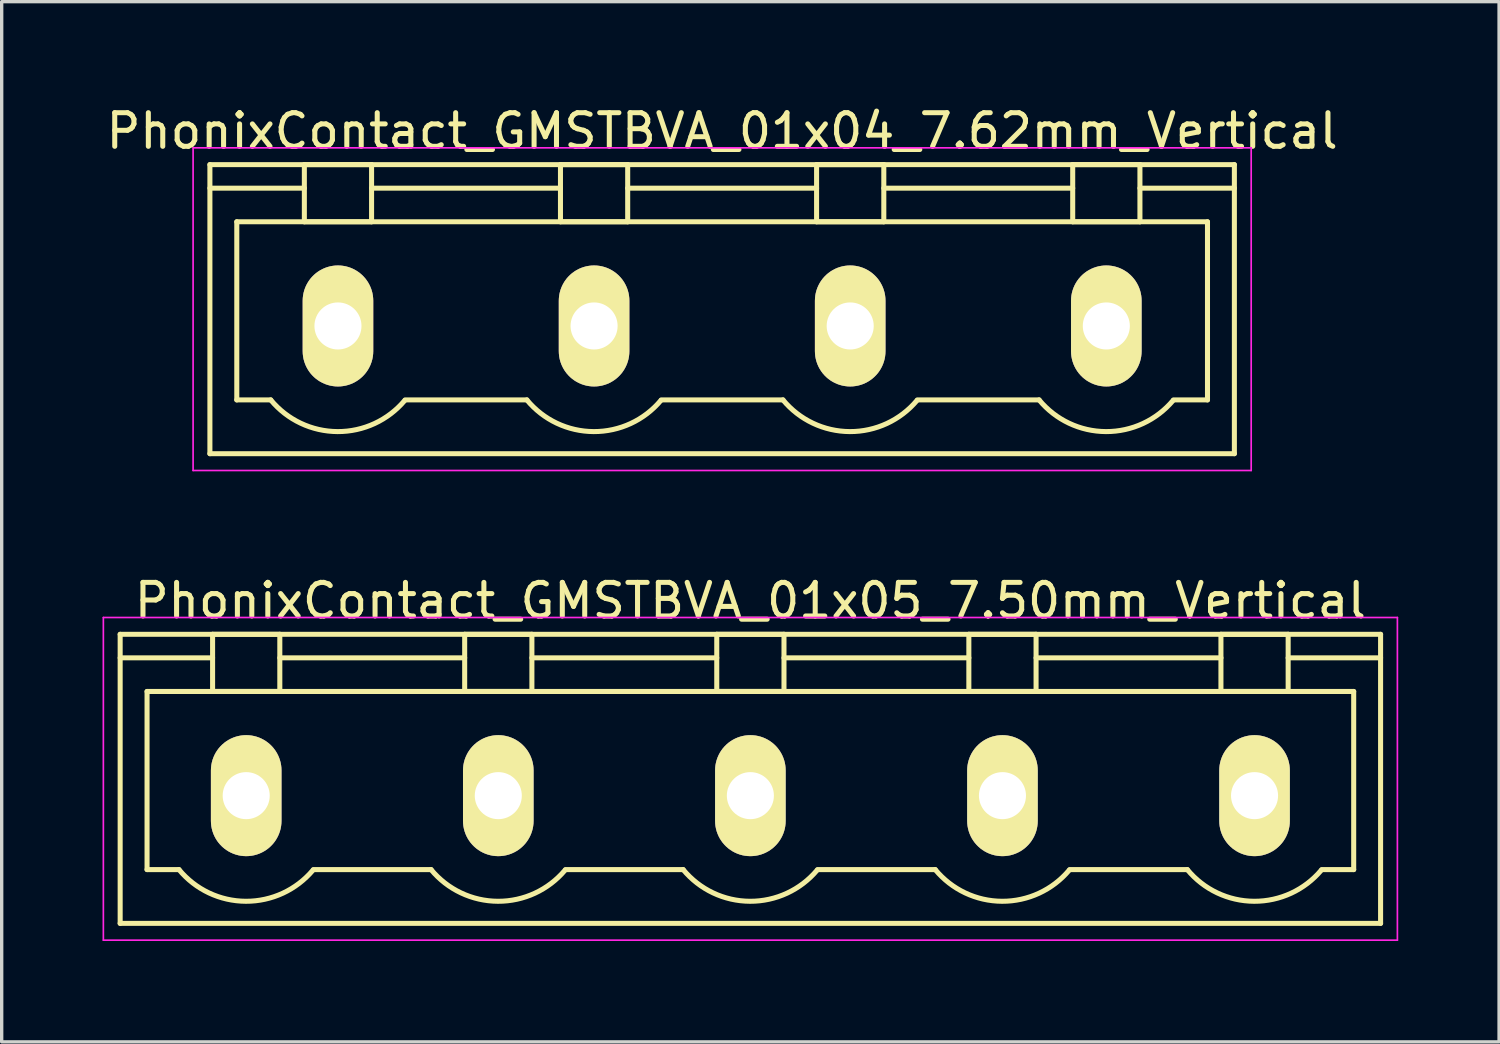
<source format=kicad_pcb>
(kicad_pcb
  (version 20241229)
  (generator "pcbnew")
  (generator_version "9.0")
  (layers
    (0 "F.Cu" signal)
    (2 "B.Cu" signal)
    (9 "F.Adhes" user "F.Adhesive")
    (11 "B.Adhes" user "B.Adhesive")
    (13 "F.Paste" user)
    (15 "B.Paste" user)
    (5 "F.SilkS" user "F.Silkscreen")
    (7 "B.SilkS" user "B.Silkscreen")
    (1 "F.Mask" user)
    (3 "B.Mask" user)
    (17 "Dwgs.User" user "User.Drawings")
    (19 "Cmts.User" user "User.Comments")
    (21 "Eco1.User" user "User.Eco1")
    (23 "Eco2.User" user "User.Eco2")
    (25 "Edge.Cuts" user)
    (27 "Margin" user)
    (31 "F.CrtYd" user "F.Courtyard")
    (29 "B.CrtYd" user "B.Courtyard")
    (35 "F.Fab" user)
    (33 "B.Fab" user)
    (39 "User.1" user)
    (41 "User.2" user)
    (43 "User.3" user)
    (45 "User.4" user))
  (footprint "PhonixContact_GMSTBVA_01x05_7.50mm_Vertical"
    (layer "F.Cu")
    (at 4.275 20.622)
    (property "Reference" "PhonixContact_GMSTBVA_01x05_7.50mm_Vertical" (at 15 -5.8 0) (layer "F.SilkS") (effects (font (size 1 1) (thickness 0.15))))
    (attr through_hole)
    (fp_line (start -3.75 -4.8) (end -3.75 3.8) (stroke (width 0.15) (type solid)) (layer "F.SilkS"))
    (fp_line (start -3.75 -4.1) (end -1 -4.1) (stroke (width 0.15) (type solid)) (layer "F.SilkS"))
    (fp_line (start -3.75 3.8) (end 33.75 3.8) (stroke (width 0.15) (type solid)) (layer "F.SilkS"))
    (fp_line (start -2.95 -3.1) (end 32.95 -3.1) (stroke (width 0.15) (type solid)) (layer "F.SilkS"))
    (fp_line (start -2.95 2.2) (end -2.95 -3.1) (stroke (width 0.15) (type solid)) (layer "F.SilkS"))
    (fp_line (start -2 2.2) (end -2.95 2.2) (stroke (width 0.15) (type solid)) (layer "F.SilkS"))
    (fp_line (start -1 -4.8) (end 1 -4.8) (stroke (width 0.15) (type solid)) (layer "F.SilkS"))
    (fp_line (start -1 -3.1) (end -1 -4.8) (stroke (width 0.15) (type solid)) (layer "F.SilkS"))
    (fp_line (start 1 -4.8) (end 1 -3.1) (stroke (width 0.15) (type solid)) (layer "F.SilkS"))
    (fp_line (start 1 -4.1) (end 6.5 -4.1) (stroke (width 0.15) (type solid)) (layer "F.SilkS"))
    (fp_line (start 1 -3.1) (end -1 -3.1) (stroke (width 0.15) (type solid)) (layer "F.SilkS"))
    (fp_line (start 2 2.2) (end 5.5 2.2) (stroke (width 0.15) (type solid)) (layer "F.SilkS"))
    (fp_line (start 6.5 -4.8) (end 8.5 -4.8) (stroke (width 0.15) (type solid)) (layer "F.SilkS"))
    (fp_line (start 6.5 -3.1) (end 6.5 -4.8) (stroke (width 0.15) (type solid)) (layer "F.SilkS"))
    (fp_line (start 8.5 -4.8) (end 8.5 -3.1) (stroke (width 0.15) (type solid)) (layer "F.SilkS"))
    (fp_line (start 8.5 -4.1) (end 14 -4.1) (stroke (width 0.15) (type solid)) (layer "F.SilkS"))
    (fp_line (start 8.5 -3.1) (end 6.5 -3.1) (stroke (width 0.15) (type solid)) (layer "F.SilkS"))
    (fp_line (start 9.5 2.2) (end 13 2.2) (stroke (width 0.15) (type solid)) (layer "F.SilkS"))
    (fp_line (start 14 -4.8) (end 16 -4.8) (stroke (width 0.15) (type solid)) (layer "F.SilkS"))
    (fp_line (start 14 -3.1) (end 14 -4.8) (stroke (width 0.15) (type solid)) (layer "F.SilkS"))
    (fp_line (start 16 -4.8) (end 16 -3.1) (stroke (width 0.15) (type solid)) (layer "F.SilkS"))
    (fp_line (start 16 -4.1) (end 21.5 -4.1) (stroke (width 0.15) (type solid)) (layer "F.SilkS"))
    (fp_line (start 16 -3.1) (end 14 -3.1) (stroke (width 0.15) (type solid)) (layer "F.SilkS"))
    (fp_line (start 17 2.2) (end 20.5 2.2) (stroke (width 0.15) (type solid)) (layer "F.SilkS"))
    (fp_line (start 21.5 -4.8) (end 23.5 -4.8) (stroke (width 0.15) (type solid)) (layer "F.SilkS"))
    (fp_line (start 21.5 -3.1) (end 21.5 -4.8) (stroke (width 0.15) (type solid)) (layer "F.SilkS"))
    (fp_line (start 23.5 -4.8) (end 23.5 -3.1) (stroke (width 0.15) (type solid)) (layer "F.SilkS"))
    (fp_line (start 23.5 -4.1) (end 29 -4.1) (stroke (width 0.15) (type solid)) (layer "F.SilkS"))
    (fp_line (start 23.5 -3.1) (end 21.5 -3.1) (stroke (width 0.15) (type solid)) (layer "F.SilkS"))
    (fp_line (start 24.5 2.2) (end 28 2.2) (stroke (width 0.15) (type solid)) (layer "F.SilkS"))
    (fp_line (start 29 -4.8) (end 31 -4.8) (stroke (width 0.15) (type solid)) (layer "F.SilkS"))
    (fp_line (start 29 -3.1) (end 29 -4.8) (stroke (width 0.15) (type solid)) (layer "F.SilkS"))
    (fp_line (start 31 -4.8) (end 31 -3.1) (stroke (width 0.15) (type solid)) (layer "F.SilkS"))
    (fp_line (start 31 -3.1) (end 29 -3.1) (stroke (width 0.15) (type solid)) (layer "F.SilkS"))
    (fp_line (start 32.95 -3.1) (end 32.95 2.2) (stroke (width 0.15) (type solid)) (layer "F.SilkS"))
    (fp_line (start 32.95 2.2) (end 32 2.2) (stroke (width 0.15) (type solid)) (layer "F.SilkS"))
    (fp_line (start 33.75 -4.8) (end -3.75 -4.8) (stroke (width 0.15) (type solid)) (layer "F.SilkS"))
    (fp_line (start 33.75 -4.1) (end 31 -4.1) (stroke (width 0.15) (type solid)) (layer "F.SilkS"))
    (fp_line (start 33.75 3.8) (end 33.75 -4.8) (stroke (width 0.15) (type solid)) (layer "F.SilkS"))
    (fp_arc (start 1.986842 2.215821) (mid -0.010289 3.142758) (end -2 2.2) (stroke (width 0.15) (type solid)) (layer "F.SilkS"))
    (fp_arc (start 9.486842 2.215821) (mid 7.489711 3.142758) (end 5.5 2.2) (stroke (width 0.15) (type solid)) (layer "F.SilkS"))
    (fp_arc (start 16.986842 2.215821) (mid 14.989711 3.142758) (end 13 2.2) (stroke (width 0.15) (type solid)) (layer "F.SilkS"))
    (fp_arc (start 24.486842 2.215821) (mid 22.489711 3.142758) (end 20.5 2.2) (stroke (width 0.15) (type solid)) (layer "F.SilkS"))
    (fp_arc (start 31.986842 2.215821) (mid 29.989711 3.142758) (end 28 2.2) (stroke (width 0.15) (type solid)) (layer "F.SilkS"))
    (fp_line (start -4.25 -5.3) (end -4.25 4.3) (stroke (width 0.05) (type solid)) (layer "F.CrtYd"))
    (fp_line (start -4.25 4.3) (end 34.25 4.3) (stroke (width 0.05) (type solid)) (layer "F.CrtYd"))
    (fp_line (start 34.25 -5.3) (end -4.25 -5.3) (stroke (width 0.05) (type solid)) (layer "F.CrtYd"))
    (fp_line (start 34.25 4.3) (end 34.25 -5.3) (stroke (width 0.05) (type solid)) (layer "F.CrtYd"))
    (pad "1" thru_hole oval (at 0 0) (size 2.1 3.6) (drill 1.4) (layers "*.Cu" "*.Mask" "F.SilkS"))
    (pad "2" thru_hole oval (at 7.5 0) (size 2.1 3.6) (drill 1.4) (layers "*.Cu" "*.Mask" "F.SilkS"))
    (pad "3" thru_hole oval (at 15 0) (size 2.1 3.6) (drill 1.4) (layers "*.Cu" "*.Mask" "F.SilkS"))
    (pad "4" thru_hole oval (at 22.5 0) (size 2.1 3.6) (drill 1.4) (layers "*.Cu" "*.Mask" "F.SilkS"))
    (pad "5" thru_hole oval (at 30 0) (size 2.1 3.6) (drill 1.4) (layers "*.Cu" "*.Mask" "F.SilkS")))
  (footprint "PhonixContact_GMSTBVA_01x04_7.62mm_Vertical"
    (layer "F.Cu")
    (at 7.005 6.648)
    (property "Reference" "PhonixContact_GMSTBVA_01x04_7.62mm_Vertical" (at 11.43 -5.8 0) (layer "F.SilkS") (effects (font (size 1 1) (thickness 0.15))))
    (attr through_hole)
    (fp_line (start -3.81 -4.8) (end -3.81 3.8) (stroke (width 0.15) (type solid)) (layer "F.SilkS"))
    (fp_line (start -3.81 -4.1) (end -1 -4.1) (stroke (width 0.15) (type solid)) (layer "F.SilkS"))
    (fp_line (start -3.81 3.8) (end 26.67 3.8) (stroke (width 0.15) (type solid)) (layer "F.SilkS"))
    (fp_line (start -3.01 -3.1) (end 25.87 -3.1) (stroke (width 0.15) (type solid)) (layer "F.SilkS"))
    (fp_line (start -3.01 2.2) (end -3.01 -3.1) (stroke (width 0.15) (type solid)) (layer "F.SilkS"))
    (fp_line (start -2 2.2) (end -3.01 2.2) (stroke (width 0.15) (type solid)) (layer "F.SilkS"))
    (fp_line (start -1 -4.8) (end 1 -4.8) (stroke (width 0.15) (type solid)) (layer "F.SilkS"))
    (fp_line (start -1 -3.1) (end -1 -4.8) (stroke (width 0.15) (type solid)) (layer "F.SilkS"))
    (fp_line (start 1 -4.8) (end 1 -3.1) (stroke (width 0.15) (type solid)) (layer "F.SilkS"))
    (fp_line (start 1 -4.1) (end 6.62 -4.1) (stroke (width 0.15) (type solid)) (layer "F.SilkS"))
    (fp_line (start 1 -3.1) (end -1 -3.1) (stroke (width 0.15) (type solid)) (layer "F.SilkS"))
    (fp_line (start 2 2.2) (end 5.62 2.2) (stroke (width 0.15) (type solid)) (layer "F.SilkS"))
    (fp_line (start 6.62 -4.8) (end 8.62 -4.8) (stroke (width 0.15) (type solid)) (layer "F.SilkS"))
    (fp_line (start 6.62 -3.1) (end 6.62 -4.8) (stroke (width 0.15) (type solid)) (layer "F.SilkS"))
    (fp_line (start 8.62 -4.8) (end 8.62 -3.1) (stroke (width 0.15) (type solid)) (layer "F.SilkS"))
    (fp_line (start 8.62 -4.1) (end 14.24 -4.1) (stroke (width 0.15) (type solid)) (layer "F.SilkS"))
    (fp_line (start 8.62 -3.1) (end 6.62 -3.1) (stroke (width 0.15) (type solid)) (layer "F.SilkS"))
    (fp_line (start 9.62 2.2) (end 13.24 2.2) (stroke (width 0.15) (type solid)) (layer "F.SilkS"))
    (fp_line (start 14.24 -4.8) (end 16.24 -4.8) (stroke (width 0.15) (type solid)) (layer "F.SilkS"))
    (fp_line (start 14.24 -3.1) (end 14.24 -4.8) (stroke (width 0.15) (type solid)) (layer "F.SilkS"))
    (fp_line (start 16.24 -4.8) (end 16.24 -3.1) (stroke (width 0.15) (type solid)) (layer "F.SilkS"))
    (fp_line (start 16.24 -4.1) (end 21.86 -4.1) (stroke (width 0.15) (type solid)) (layer "F.SilkS"))
    (fp_line (start 16.24 -3.1) (end 14.24 -3.1) (stroke (width 0.15) (type solid)) (layer "F.SilkS"))
    (fp_line (start 17.24 2.2) (end 20.86 2.2) (stroke (width 0.15) (type solid)) (layer "F.SilkS"))
    (fp_line (start 21.86 -4.8) (end 23.86 -4.8) (stroke (width 0.15) (type solid)) (layer "F.SilkS"))
    (fp_line (start 21.86 -3.1) (end 21.86 -4.8) (stroke (width 0.15) (type solid)) (layer "F.SilkS"))
    (fp_line (start 23.86 -4.8) (end 23.86 -3.1) (stroke (width 0.15) (type solid)) (layer "F.SilkS"))
    (fp_line (start 23.86 -3.1) (end 21.86 -3.1) (stroke (width 0.15) (type solid)) (layer "F.SilkS"))
    (fp_line (start 25.87 -3.1) (end 25.87 2.2) (stroke (width 0.15) (type solid)) (layer "F.SilkS"))
    (fp_line (start 25.87 2.2) (end 24.86 2.2) (stroke (width 0.15) (type solid)) (layer "F.SilkS"))
    (fp_line (start 26.67 -4.8) (end -3.81 -4.8) (stroke (width 0.15) (type solid)) (layer "F.SilkS"))
    (fp_line (start 26.67 -4.1) (end 23.86 -4.1) (stroke (width 0.15) (type solid)) (layer "F.SilkS"))
    (fp_line (start 26.67 3.8) (end 26.67 -4.8) (stroke (width 0.15) (type solid)) (layer "F.SilkS"))
    (fp_arc (start 1.986842 2.215821) (mid -0.010289 3.142758) (end -2 2.2) (stroke (width 0.15) (type solid)) (layer "F.SilkS"))
    (fp_arc (start 9.606842 2.215821) (mid 7.609711 3.142758) (end 5.62 2.2) (stroke (width 0.15) (type solid)) (layer "F.SilkS"))
    (fp_arc (start 17.226842 2.215821) (mid 15.229711 3.142758) (end 13.24 2.2) (stroke (width 0.15) (type solid)) (layer "F.SilkS"))
    (fp_arc (start 24.846842 2.215821) (mid 22.849711 3.142758) (end 20.86 2.2) (stroke (width 0.15) (type solid)) (layer "F.SilkS"))
    (fp_line (start -4.31 -5.3) (end -4.31 4.3) (stroke (width 0.05) (type solid)) (layer "F.CrtYd"))
    (fp_line (start -4.31 4.3) (end 27.17 4.3) (stroke (width 0.05) (type solid)) (layer "F.CrtYd"))
    (fp_line (start 27.17 -5.3) (end -4.31 -5.3) (stroke (width 0.05) (type solid)) (layer "F.CrtYd"))
    (fp_line (start 27.17 4.3) (end 27.17 -5.3) (stroke (width 0.05) (type solid)) (layer "F.CrtYd"))
    (pad "1" thru_hole oval (at 0 0) (size 2.1 3.6) (drill 1.4) (layers "*.Cu" "*.Mask" "F.SilkS"))
    (pad "2" thru_hole oval (at 7.62 0) (size 2.1 3.6) (drill 1.4) (layers "*.Cu" "*.Mask" "F.SilkS"))
    (pad "3" thru_hole oval (at 15.24 0) (size 2.1 3.6) (drill 1.4) (layers "*.Cu" "*.Mask" "F.SilkS"))
    (pad "4" thru_hole oval (at 22.86 0) (size 2.1 3.6) (drill 1.4) (layers "*.Cu" "*.Mask" "F.SilkS")))
  (gr_rect
    (start -3 -3)
    (end 41.55 27.947)
    (stroke (width 0.1) (type default))
    (fill no)
    (layer "Edge.Cuts")))
</source>
